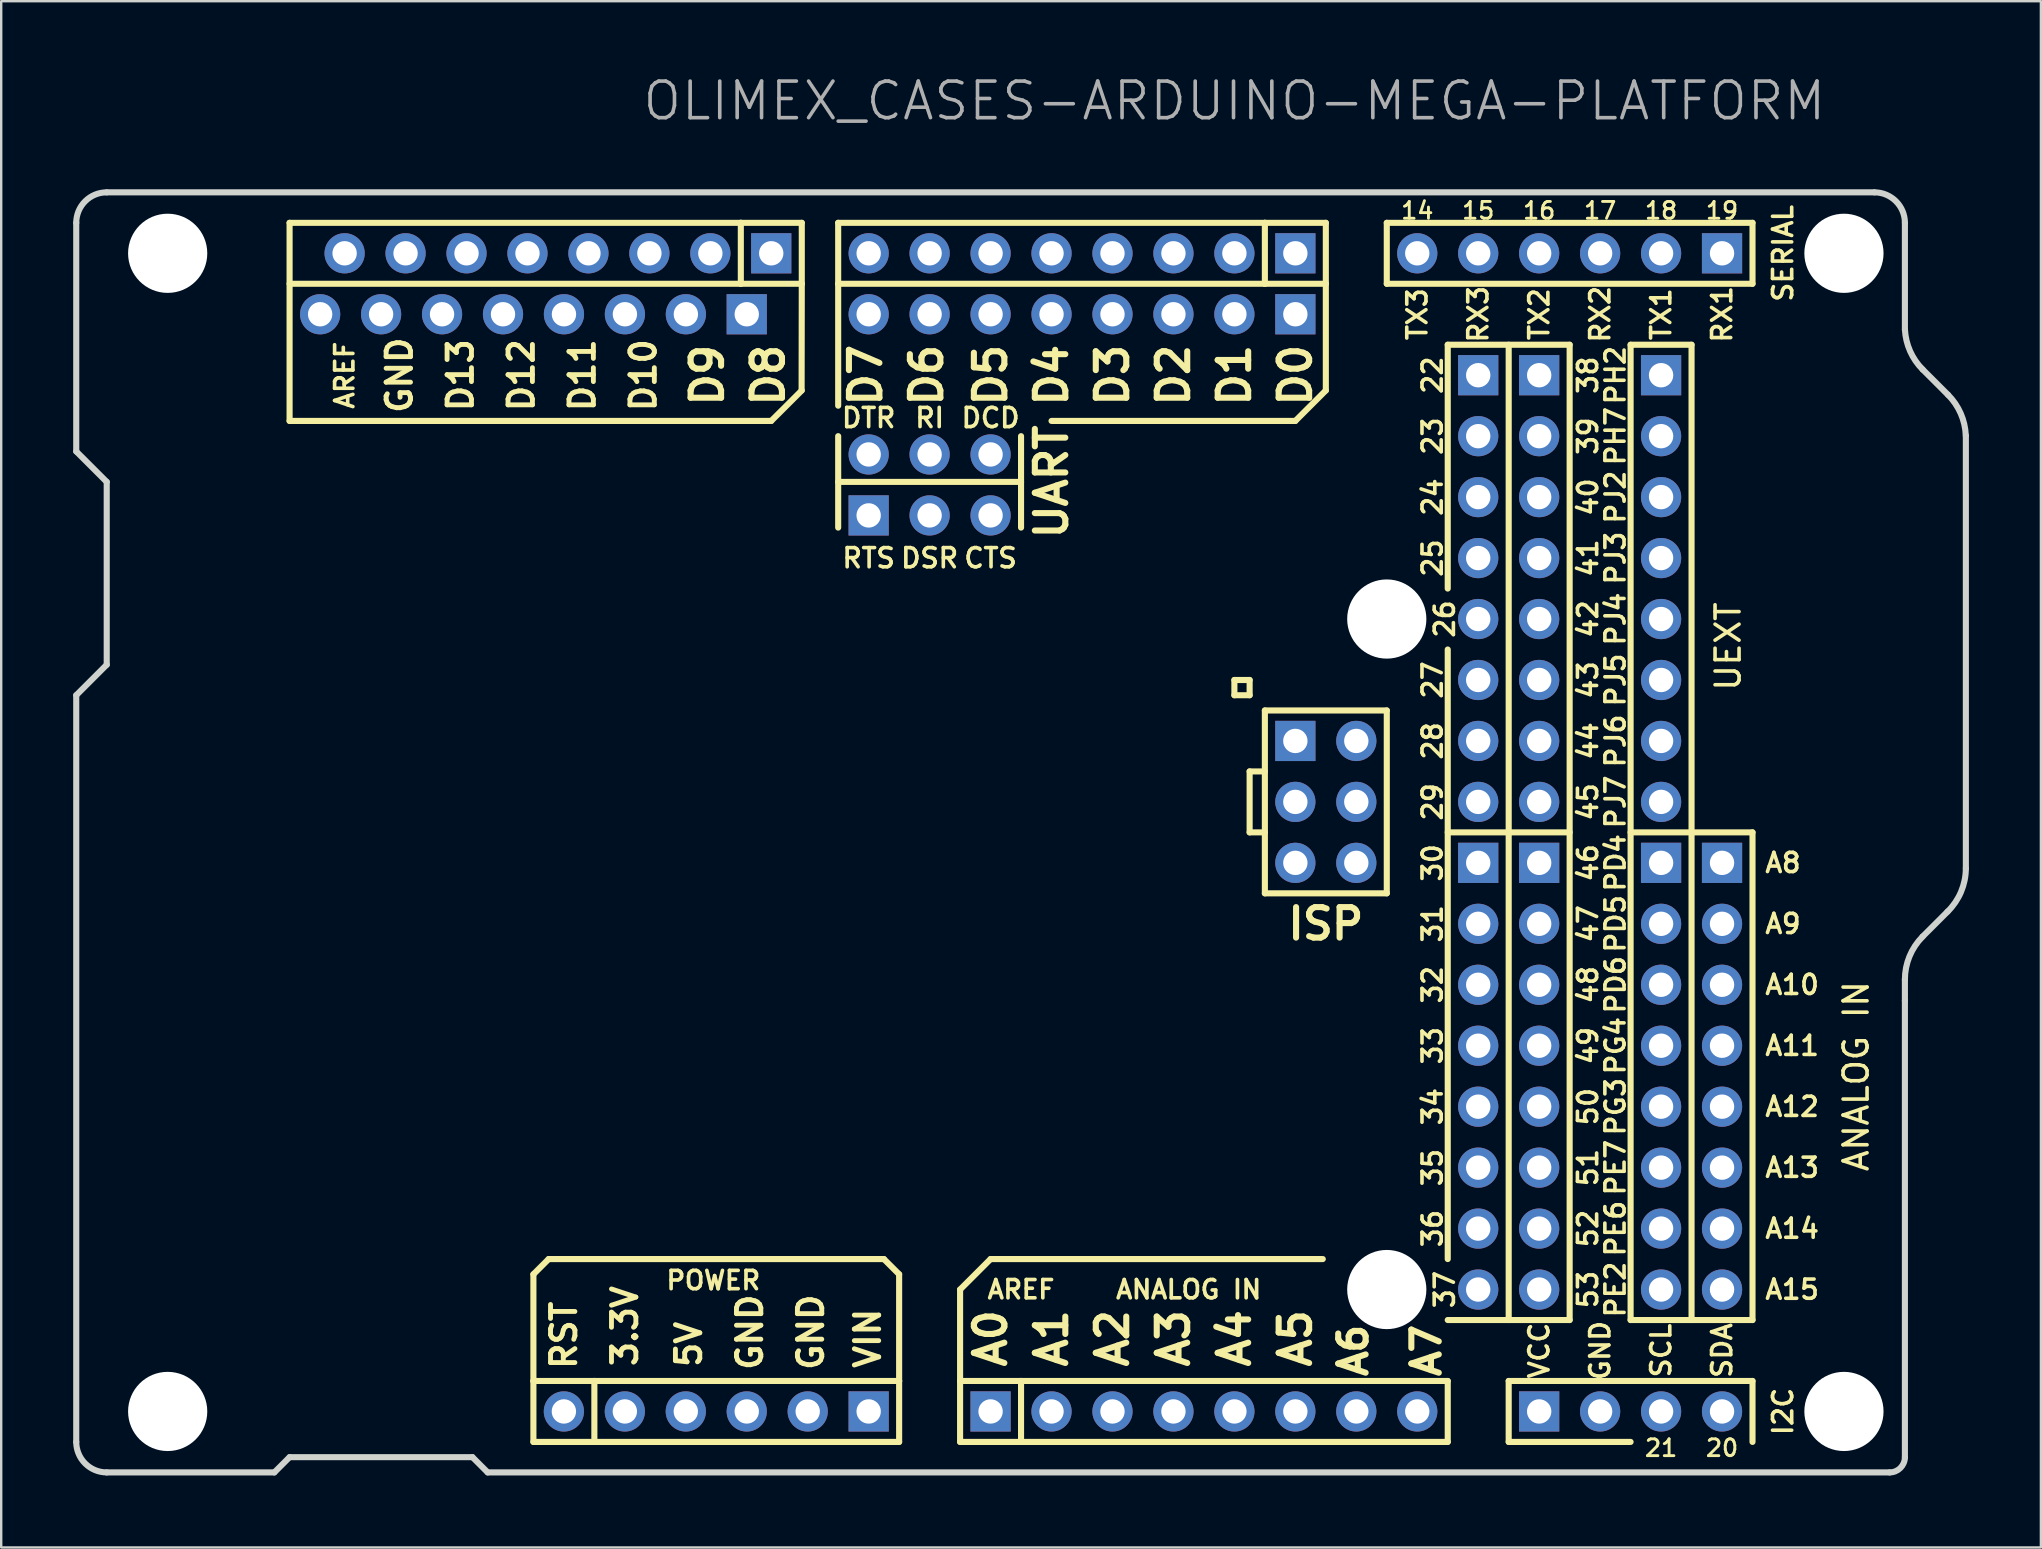
<source format=kicad_pcb>
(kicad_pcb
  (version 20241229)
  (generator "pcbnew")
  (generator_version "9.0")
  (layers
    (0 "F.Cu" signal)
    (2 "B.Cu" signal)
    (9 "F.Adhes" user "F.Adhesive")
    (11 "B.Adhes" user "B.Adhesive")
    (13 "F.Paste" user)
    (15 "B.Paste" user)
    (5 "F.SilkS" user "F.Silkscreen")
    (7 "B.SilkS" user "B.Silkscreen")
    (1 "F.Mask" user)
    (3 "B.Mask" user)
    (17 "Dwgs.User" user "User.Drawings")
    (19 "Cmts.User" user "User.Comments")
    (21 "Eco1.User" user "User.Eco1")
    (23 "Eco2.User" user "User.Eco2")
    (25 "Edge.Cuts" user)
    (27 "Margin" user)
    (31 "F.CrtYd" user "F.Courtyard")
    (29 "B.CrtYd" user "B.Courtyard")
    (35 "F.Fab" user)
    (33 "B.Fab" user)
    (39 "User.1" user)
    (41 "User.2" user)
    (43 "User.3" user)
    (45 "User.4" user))
  (footprint "OLIMEX_CASES-ARDUINO-MEGA-PLATFORM"
    (layer "F.Cu")
    (at 50.927 7.505)
    (property "Reference" "OLIMEX_CASES-ARDUINO-MEGA-PLATFORM" (at -2.54 -6.35 0) (layer "F.Fab") (effects (font (size 1.524 1.524) (thickness 0.15))))
    (attr exclude_from_pos_files exclude_from_bom)
    (fp_line (start -41.91 -1.27) (end -41.91 6.985) (stroke (width 0.254) (type solid)) (layer "F.SilkS"))
    (fp_line (start -41.91 -1.27) (end -23.107 -1.27) (stroke (width 0.254) (type solid)) (layer "F.SilkS"))
    (fp_line (start -31.75 42.545) (end -31.115 41.91) (stroke (width 0.254) (type solid)) (layer "F.SilkS"))
    (fp_line (start -31.75 46.99) (end -31.75 42.545) (stroke (width 0.254) (type solid)) (layer "F.SilkS"))
    (fp_line (start -31.75 46.99) (end -29.21 46.99) (stroke (width 0.254) (type solid)) (layer "F.SilkS"))
    (fp_line (start -31.75 49.53) (end -31.75 46.99) (stroke (width 0.254) (type solid)) (layer "F.SilkS"))
    (fp_line (start -31.115 41.91) (end -17.145 41.91) (stroke (width 0.254) (type solid)) (layer "F.SilkS"))
    (fp_line (start -29.21 46.99) (end -29.21 49.53) (stroke (width 0.254) (type solid)) (layer "F.SilkS"))
    (fp_line (start -29.21 46.99) (end -16.51 46.99) (stroke (width 0.254) (type solid)) (layer "F.SilkS"))
    (fp_line (start -29.21 49.53) (end -31.75 49.53) (stroke (width 0.254) (type solid)) (layer "F.SilkS"))
    (fp_line (start -23.107 -1.27) (end -20.567 -1.27) (stroke (width 0.254) (type solid)) (layer "F.SilkS"))
    (fp_line (start -23.107 1.27) (end -41.91 1.27) (stroke (width 0.254) (type solid)) (layer "F.SilkS"))
    (fp_line (start -23.107 1.27) (end -23.107 -1.27) (stroke (width 0.254) (type solid)) (layer "F.SilkS"))
    (fp_line (start -21.84 6.985) (end -41.91 6.985) (stroke (width 0.254) (type solid)) (layer "F.SilkS"))
    (fp_line (start -20.567 -1.27) (end -20.567 1.27) (stroke (width 0.254) (type solid)) (layer "F.SilkS"))
    (fp_line (start -20.567 1.27) (end -23.107 1.27) (stroke (width 0.254) (type solid)) (layer "F.SilkS"))
    (fp_line (start -20.567 1.27) (end -20.574 5.715) (stroke (width 0.254) (type solid)) (layer "F.SilkS"))
    (fp_line (start -20.567 5.715) (end -21.84 6.985) (stroke (width 0.254) (type solid)) (layer "F.SilkS"))
    (fp_line (start -19.05 -1.27) (end -1.27 -1.27) (stroke (width 0.254) (type solid)) (layer "F.SilkS"))
    (fp_line (start -19.05 1.27) (end -19.05 -1.27) (stroke (width 0.254) (type solid)) (layer "F.SilkS"))
    (fp_line (start -19.05 1.27) (end -19.05 6.35) (stroke (width 0.254) (type solid)) (layer "F.SilkS"))
    (fp_line (start -19.05 7.62) (end -19.05 11.43) (stroke (width 0.254) (type solid)) (layer "F.SilkS"))
    (fp_line (start -19.05 9.525) (end -11.43 9.525) (stroke (width 0.254) (type solid)) (layer "F.SilkS"))
    (fp_line (start -17.145 41.91) (end -16.51 42.545) (stroke (width 0.254) (type solid)) (layer "F.SilkS"))
    (fp_line (start -16.51 46.99) (end -16.51 42.545) (stroke (width 0.254) (type solid)) (layer "F.SilkS"))
    (fp_line (start -16.51 46.99) (end -16.51 49.53) (stroke (width 0.254) (type solid)) (layer "F.SilkS"))
    (fp_line (start -16.51 49.53) (end -29.21 49.53) (stroke (width 0.254) (type solid)) (layer "F.SilkS"))
    (fp_line (start -13.97 43.18) (end -12.7 41.91) (stroke (width 0.254) (type solid)) (layer "F.SilkS"))
    (fp_line (start -13.97 46.99) (end -13.97 43.18) (stroke (width 0.254) (type solid)) (layer "F.SilkS"))
    (fp_line (start -13.97 46.99) (end -11.43 46.99) (stroke (width 0.254) (type solid)) (layer "F.SilkS"))
    (fp_line (start -13.97 49.53) (end -13.97 46.99) (stroke (width 0.254) (type solid)) (layer "F.SilkS"))
    (fp_line (start -12.7 41.91) (end 1.143 41.91) (stroke (width 0.254) (type solid)) (layer "F.SilkS"))
    (fp_line (start -11.43 7.62) (end -11.43 11.43) (stroke (width 0.254) (type solid)) (layer "F.SilkS"))
    (fp_line (start -11.43 46.99) (end -11.43 49.53) (stroke (width 0.254) (type solid)) (layer "F.SilkS"))
    (fp_line (start -11.43 46.99) (end 6.35 46.99) (stroke (width 0.254) (type solid)) (layer "F.SilkS"))
    (fp_line (start -11.43 49.53) (end -13.97 49.53) (stroke (width 0.254) (type solid)) (layer "F.SilkS"))
    (fp_line (start -2.54 17.78) (end -1.905 17.78) (stroke (width 0.254) (type solid)) (layer "F.SilkS"))
    (fp_line (start -2.54 18.415) (end -2.54 17.78) (stroke (width 0.254) (type solid)) (layer "F.SilkS"))
    (fp_line (start -1.905 17.78) (end -1.905 18.415) (stroke (width 0.254) (type solid)) (layer "F.SilkS"))
    (fp_line (start -1.905 18.415) (end -2.54 18.415) (stroke (width 0.254) (type solid)) (layer "F.SilkS"))
    (fp_line (start -1.905 21.59) (end -1.905 24.13) (stroke (width 0.254) (type solid)) (layer "F.SilkS"))
    (fp_line (start -1.905 24.13) (end -1.27 24.13) (stroke (width 0.254) (type solid)) (layer "F.SilkS"))
    (fp_line (start -1.27 -1.27) (end 1.27 -1.27) (stroke (width 0.254) (type solid)) (layer "F.SilkS"))
    (fp_line (start -1.27 1.27) (end -19.05 1.27) (stroke (width 0.254) (type solid)) (layer "F.SilkS"))
    (fp_line (start -1.27 1.27) (end -1.27 -1.27) (stroke (width 0.254) (type solid)) (layer "F.SilkS"))
    (fp_line (start -1.27 19.05) (end 3.81 19.05) (stroke (width 0.254) (type solid)) (layer "F.SilkS"))
    (fp_line (start -1.27 21.59) (end -1.905 21.59) (stroke (width 0.254) (type solid)) (layer "F.SilkS"))
    (fp_line (start -1.27 26.67) (end -1.27 19.05) (stroke (width 0.254) (type solid)) (layer "F.SilkS"))
    (fp_line (start 0 6.985) (end -10.16 6.985) (stroke (width 0.254) (type solid)) (layer "F.SilkS"))
    (fp_line (start 1.27 -1.27) (end 1.27 1.27) (stroke (width 0.254) (type solid)) (layer "F.SilkS"))
    (fp_line (start 1.27 1.27) (end -1.27 1.27) (stroke (width 0.254) (type solid)) (layer "F.SilkS"))
    (fp_line (start 1.27 1.27) (end 1.27 5.715) (stroke (width 0.254) (type solid)) (layer "F.SilkS"))
    (fp_line (start 1.27 5.715) (end 0 6.985) (stroke (width 0.254) (type solid)) (layer "F.SilkS"))
    (fp_line (start 3.81 -1.27) (end 19.05 -1.27) (stroke (width 0.254) (type solid)) (layer "F.SilkS"))
    (fp_line (start 3.81 1.27) (end 3.81 -1.27) (stroke (width 0.254) (type solid)) (layer "F.SilkS"))
    (fp_line (start 3.81 19.05) (end 3.81 26.67) (stroke (width 0.254) (type solid)) (layer "F.SilkS"))
    (fp_line (start 3.81 26.67) (end -1.27 26.67) (stroke (width 0.254) (type solid)) (layer "F.SilkS"))
    (fp_line (start 6.35 3.81) (end 11.43 3.81) (stroke (width 0.254) (type solid)) (layer "F.SilkS"))
    (fp_line (start 6.35 13.97) (end 6.35 3.81) (stroke (width 0.254) (type solid)) (layer "F.SilkS"))
    (fp_line (start 6.35 24.13) (end 11.43 24.13) (stroke (width 0.254) (type solid)) (layer "F.SilkS"))
    (fp_line (start 6.35 41.91) (end 6.35 16.51) (stroke (width 0.254) (type solid)) (layer "F.SilkS"))
    (fp_line (start 6.35 46.99) (end 6.35 49.53) (stroke (width 0.254) (type solid)) (layer "F.SilkS"))
    (fp_line (start 6.35 49.53) (end -11.43 49.53) (stroke (width 0.254) (type solid)) (layer "F.SilkS"))
    (fp_line (start 8.89 3.81) (end 8.89 44.45) (stroke (width 0.254) (type solid)) (layer "F.SilkS"))
    (fp_line (start 8.89 46.99) (end 19.05 46.99) (stroke (width 0.254) (type solid)) (layer "F.SilkS"))
    (fp_line (start 8.89 49.53) (end 8.89 46.99) (stroke (width 0.254) (type solid)) (layer "F.SilkS"))
    (fp_line (start 11.43 3.81) (end 11.43 44.45) (stroke (width 0.254) (type solid)) (layer "F.SilkS"))
    (fp_line (start 11.43 44.45) (end 6.35 44.45) (stroke (width 0.254) (type solid)) (layer "F.SilkS"))
    (fp_line (start 13.97 3.81) (end 13.97 44.45) (stroke (width 0.254) (type solid)) (layer "F.SilkS"))
    (fp_line (start 13.97 3.81) (end 16.51 3.81) (stroke (width 0.254) (type solid)) (layer "F.SilkS"))
    (fp_line (start 13.97 44.45) (end 19.05 44.45) (stroke (width 0.254) (type solid)) (layer "F.SilkS"))
    (fp_line (start 13.97 49.53) (end 8.89 49.53) (stroke (width 0.254) (type solid)) (layer "F.SilkS"))
    (fp_line (start 16.51 3.81) (end 16.51 44.45) (stroke (width 0.254) (type solid)) (layer "F.SilkS"))
    (fp_line (start 19.05 -1.27) (end 19.05 1.27) (stroke (width 0.254) (type solid)) (layer "F.SilkS"))
    (fp_line (start 19.05 1.27) (end 3.81 1.27) (stroke (width 0.254) (type solid)) (layer "F.SilkS"))
    (fp_line (start 19.05 24.13) (end 13.97 24.13) (stroke (width 0.254) (type solid)) (layer "F.SilkS"))
    (fp_line (start 19.05 44.45) (end 19.05 24.13) (stroke (width 0.254) (type solid)) (layer "F.SilkS"))
    (fp_line (start 19.05 46.99) (end 19.05 49.53) (stroke (width 0.254) (type solid)) (layer "F.SilkS"))
    (fp_line (start -50.8 8.255) (end -50.8 -1.27) (stroke (width 0.254) (type solid)) (layer "Edge.Cuts"))
    (fp_line (start -50.8 18.415) (end -49.53 17.145) (stroke (width 0.254) (type solid)) (layer "Edge.Cuts"))
    (fp_line (start -50.8 49.53) (end -50.8 18.415) (stroke (width 0.254) (type solid)) (layer "Edge.Cuts"))
    (fp_line (start -49.53 -2.54) (end 24.13 -2.54) (stroke (width 0.254) (type solid)) (layer "Edge.Cuts"))
    (fp_line (start -49.53 9.525) (end -50.8 8.255) (stroke (width 0.254) (type solid)) (layer "Edge.Cuts"))
    (fp_line (start -49.53 17.145) (end -49.53 9.525) (stroke (width 0.254) (type solid)) (layer "Edge.Cuts"))
    (fp_line (start -49.53 50.8) (end -42.545 50.8) (stroke (width 0.254) (type solid)) (layer "Edge.Cuts"))
    (fp_line (start -42.545 50.8) (end -41.91 50.165) (stroke (width 0.254) (type solid)) (layer "Edge.Cuts"))
    (fp_line (start -41.91 50.165) (end -34.29 50.165) (stroke (width 0.254) (type solid)) (layer "Edge.Cuts"))
    (fp_line (start -34.29 50.165) (end -33.655 50.8) (stroke (width 0.254) (type solid)) (layer "Edge.Cuts"))
    (fp_line (start 24.765 50.8) (end -33.655 50.8) (stroke (width 0.254) (type solid)) (layer "Edge.Cuts"))
    (fp_line (start 25.4 -1.27) (end 25.4 3.175) (stroke (width 0.254) (type solid)) (layer "Edge.Cuts"))
    (fp_line (start 25.4 30.264) (end 25.4 31.14) (stroke (width 0.254) (type solid)) (layer "Edge.Cuts"))
    (fp_line (start 25.4 31.14) (end 25.4 50.165) (stroke (width 0.254) (type solid)) (layer "Edge.Cuts"))
    (fp_line (start 26.141 4.842) (end 27.195 5.896) (stroke (width 0.254) (type solid)) (layer "Edge.Cuts"))
    (fp_line (start 27.178 27.432) (end 26.137 28.473) (stroke (width 0.254) (type solid)) (layer "Edge.Cuts"))
    (fp_line (start 27.94 7.595) (end 27.94 25.629) (stroke (width 0.254) (type solid)) (layer "Edge.Cuts"))
    (fp_arc (start -50.8 -1.27) (mid -50.428026 -2.168026) (end -49.53 -2.54) (stroke (width 0.254) (type solid)) (layer "Edge.Cuts"))
    (fp_arc (start -49.53 50.8) (mid -50.428026 50.428026) (end -50.8 49.53) (stroke (width 0.254) (type solid)) (layer "Edge.Cuts"))
    (fp_arc (start 24.13 -2.54) (mid 25.028026 -2.168026) (end 25.4 -1.27) (stroke (width 0.254) (type solid)) (layer "Edge.Cuts"))
    (fp_arc (start 25.4 30.2641) (mid 25.591608 29.296291) (end 26.137523 28.474498) (stroke (width 0.254) (type solid)) (layer "Edge.Cuts"))
    (fp_arc (start 25.4 50.165) (mid 25.214013 50.614013) (end 24.765 50.8) (stroke (width 0.254) (type solid)) (layer "Edge.Cuts"))
    (fp_arc (start 26.141293 4.841888) (mid 25.6167 4.077056) (end 25.401467 3.174925) (stroke (width 0.254) (type solid)) (layer "Edge.Cuts"))
    (fp_arc (start 27.195393 5.895988) (mid 27.726908 6.675229) (end 27.937374 7.594701) (stroke (width 0.254) (type solid)) (layer "Edge.Cuts"))
    (fp_arc (start 27.94 25.6286) (mid 27.73986 26.60675) (end 27.178196 27.4322) (stroke (width 0.254) (type solid)) (layer "Edge.Cuts"))
    (fp_text user "AREF" (at -11.43 43.18 0) (layer "F.SilkS") (effects (font (size 0.762 0.762) (thickness 0.152))))
    (fp_text user "I2C" (at 20.32 48.26 90) (layer "F.SilkS") (effects (font (size 0.8 0.8) (thickness 0.15))))
    (fp_text user "25" (at 5.715 12.7 90) (layer "F.SilkS") (effects (font (size 0.8 0.8) (thickness 0.15))))
    (fp_text user "D12" (at -32.251 5.08 270) (layer "F.SilkS") (effects (font (size 1.016 1.016) (thickness 0.203))))
    (fp_text user "D10" (at -27.171 5.08 270) (layer "F.SilkS") (effects (font (size 1.016 1.016) (thickness 0.203))))
    (fp_text user "A10" (at 20.701 30.48 0) (layer "F.SilkS") (effects (font (size 0.8 0.8) (thickness 0.15))))
    (fp_text user "44" (at 12.192 20.32 90) (layer "F.SilkS") (effects (font (size 0.8 0.8) (thickness 0.15))))
    (fp_text user "40" (at 12.192 10.16 90) (layer "F.SilkS") (effects (font (size 0.8 0.8) (thickness 0.15))))
    (fp_text user "D13" (at -34.791 5.08 270) (layer "F.SilkS") (effects (font (size 1.016 1.016) (thickness 0.203))))
    (fp_text user "42" (at 12.192 15.24 90) (layer "F.SilkS") (effects (font (size 0.8 0.8) (thickness 0.15))))
    (fp_text user "D5" (at -12.7 5.08 270) (layer "F.SilkS") (effects (font (size 1.27 1.27) (thickness 0.254))))
    (fp_text user "52" (at 12.192 40.64 90) (layer "F.SilkS") (effects (font (size 0.8 0.8) (thickness 0.15))))
    (fp_text user "CTS" (at -12.7 12.7 0) (layer "F.SilkS") (effects (font (size 0.8 0.8) (thickness 0.15))))
    (fp_text user "UEXT" (at 18.034 16.383 90) (layer "F.SilkS") (effects (font (size 1 1) (thickness 0.15))))
    (fp_text user "D9" (at -24.504 5.08 270) (layer "F.SilkS") (effects (font (size 1.27 1.27) (thickness 0.254))))
    (fp_text user "26" (at 6.223 15.24 90) (layer "F.SilkS") (effects (font (size 0.8 0.8) (thickness 0.15))))
    (fp_text user "PJ7" (at 13.335 22.86 90) (layer "F.SilkS") (effects (font (size 0.8 0.8) (thickness 0.15))))
    (fp_text user "D3" (at -7.62 5.08 270) (layer "F.SilkS") (effects (font (size 1.27 1.27) (thickness 0.254))))
    (fp_text user "50" (at 12.192 35.56 90) (layer "F.SilkS") (effects (font (size 0.8 0.8) (thickness 0.15))))
    (fp_text user "53" (at 12.192 43.18 90) (layer "F.SilkS") (effects (font (size 0.8 0.8) (thickness 0.15))))
    (fp_text user "RI" (at -15.24 6.858 0) (layer "F.SilkS") (effects (font (size 0.8 0.8) (thickness 0.15))))
    (fp_text user "VIN" (at -17.821 45.212 90) (layer "F.SilkS") (effects (font (size 1.016 1.016) (thickness 0.203))))
    (fp_text user "PE7" (at 13.335 38.1 90) (layer "F.SilkS") (effects (font (size 0.8 0.8) (thickness 0.15))))
    (fp_text user "21" (at 15.24 49.784 0) (layer "F.SilkS") (effects (font (size 0.7 0.7) (thickness 0.12))))
    (fp_text user "30" (at 5.715 25.4 90) (layer "F.SilkS") (effects (font (size 0.8 0.8) (thickness 0.15))))
    (fp_text user "36" (at 5.715 40.64 90) (layer "F.SilkS") (effects (font (size 0.8 0.8) (thickness 0.15))))
    (fp_text user "A2" (at -7.62 45.212 90) (layer "F.SilkS") (effects (font (size 1.27 1.27) (thickness 0.254))))
    (fp_text user "PD5" (at 13.335 27.94 90) (layer "F.SilkS") (effects (font (size 0.8 0.8) (thickness 0.15))))
    (fp_text user "29" (at 5.715 22.86 90) (layer "F.SilkS") (effects (font (size 0.8 0.8) (thickness 0.15))))
    (fp_text user "GND" (at -20.193 44.958 90) (layer "F.SilkS") (effects (font (size 1.016 1.016) (thickness 0.203))))
    (fp_text user "D2" (at -5.08 5.08 270) (layer "F.SilkS") (effects (font (size 1.27 1.27) (thickness 0.254))))
    (fp_text user "RX3" (at 7.62 2.54 90) (layer "F.SilkS") (effects (font (size 0.8 0.8) (thickness 0.15))))
    (fp_text user "D1" (at -2.54 5.08 270) (layer "F.SilkS") (effects (font (size 1.27 1.27) (thickness 0.254))))
    (fp_text user "D6" (at -15.367 5.08 270) (layer "F.SilkS") (effects (font (size 1.27 1.27) (thickness 0.254))))
    (fp_text user "24" (at 5.715 10.16 90) (layer "F.SilkS") (effects (font (size 0.8 0.8) (thickness 0.15))))
    (fp_text user "RX2" (at 12.7 2.54 90) (layer "F.SilkS") (effects (font (size 0.8 0.8) (thickness 0.15))))
    (fp_text user "PD4" (at 13.335 25.4 90) (layer "F.SilkS") (effects (font (size 0.8 0.8) (thickness 0.15))))
    (fp_text user "A3" (at -5.08 45.212 90) (layer "F.SilkS") (effects (font (size 1.27 1.27) (thickness 0.254))))
    (fp_text user "48" (at 12.192 30.48 90) (layer "F.SilkS") (effects (font (size 0.8 0.8) (thickness 0.15))))
    (fp_text user "A13" (at 20.701 38.1 0) (layer "F.SilkS") (effects (font (size 0.8 0.8) (thickness 0.15))))
    (fp_text user "A0" (at -12.7 45.212 90) (layer "F.SilkS") (effects (font (size 1.27 1.27) (thickness 0.254))))
    (fp_text user "PE6" (at 13.335 40.64 90) (layer "F.SilkS") (effects (font (size 0.8 0.8) (thickness 0.15))))
    (fp_text user "PJ3" (at 13.335 12.7 90) (layer "F.SilkS") (effects (font (size 0.8 0.8) (thickness 0.15))))
    (fp_text user "14" (at 5.08 -1.778 0) (layer "F.SilkS") (effects (font (size 0.7 0.7) (thickness 0.12))))
    (fp_text user "19" (at 17.78 -1.778 0) (layer "F.SilkS") (effects (font (size 0.7 0.7) (thickness 0.12))))
    (fp_text user "PG4" (at 13.335 33.02 90) (layer "F.SilkS") (effects (font (size 0.8 0.8) (thickness 0.15))))
    (fp_text user "46" (at 12.192 25.4 90) (layer "F.SilkS") (effects (font (size 0.8 0.8) (thickness 0.15))))
    (fp_text user "17" (at 12.7 -1.778 0) (layer "F.SilkS") (effects (font (size 0.7 0.7) (thickness 0.12))))
    (fp_text user "PH2" (at 13.335 5.08 90) (layer "F.SilkS") (effects (font (size 0.8 0.8) (thickness 0.15))))
    (fp_text user "PG3" (at 13.335 35.56 90) (layer "F.SilkS") (effects (font (size 0.8 0.8) (thickness 0.15))))
    (fp_text user "GND" (at -22.733 44.958 90) (layer "F.SilkS") (effects (font (size 1.016 1.016) (thickness 0.203))))
    (fp_text user "33" (at 5.715 33.02 90) (layer "F.SilkS") (effects (font (size 0.8 0.8) (thickness 0.15))))
    (fp_text user "A4" (at -2.54 45.212 90) (layer "F.SilkS") (effects (font (size 1.27 1.27) (thickness 0.254))))
    (fp_text user "22" (at 5.715 5.08 90) (layer "F.SilkS") (effects (font (size 0.8 0.8) (thickness 0.15))))
    (fp_text user "PJ6" (at 13.335 20.32 90) (layer "F.SilkS") (effects (font (size 0.8 0.8) (thickness 0.15))))
    (fp_text user "A5" (at 0 45.212 90) (layer "F.SilkS") (effects (font (size 1.27 1.27) (thickness 0.254))))
    (fp_text user "PJ4" (at 13.335 15.24 90) (layer "F.SilkS") (effects (font (size 0.8 0.8) (thickness 0.15))))
    (fp_text user "49" (at 12.192 33.02 90) (layer "F.SilkS") (effects (font (size 0.8 0.8) (thickness 0.15))))
    (fp_text user "PD6" (at 13.335 30.48 90) (layer "F.SilkS") (effects (font (size 0.8 0.8) (thickness 0.15))))
    (fp_text user "18" (at 15.24 -1.778 0) (layer "F.SilkS") (effects (font (size 0.7 0.7) (thickness 0.12))))
    (fp_text user "A1" (at -10.16 45.212 90) (layer "F.SilkS") (effects (font (size 1.27 1.27) (thickness 0.254))))
    (fp_text user "ANALOG IN" (at 23.368 34.29 90) (layer "F.SilkS") (effects (font (size 1 1) (thickness 0.15))))
    (fp_text user "GND" (at -37.331 5.08 270) (layer "F.SilkS") (effects (font (size 1.016 1.016) (thickness 0.203))))
    (fp_text user "D0" (at 0 5.08 270) (layer "F.SilkS") (effects (font (size 1.27 1.27) (thickness 0.254))))
    (fp_text user "RTS" (at -17.78 12.7 0) (layer "F.SilkS") (effects (font (size 0.8 0.8) (thickness 0.15))))
    (fp_text user "20" (at 17.78 49.784 0) (layer "F.SilkS") (effects (font (size 0.7 0.7) (thickness 0.12))))
    (fp_text user "RX1" (at 17.78 2.54 90) (layer "F.SilkS") (effects (font (size 0.8 0.8) (thickness 0.15))))
    (fp_text user "TX1" (at 15.24 2.54 90) (layer "F.SilkS") (effects (font (size 0.8 0.8) (thickness 0.15))))
    (fp_text user "D4" (at -10.16 5.08 270) (layer "F.SilkS") (effects (font (size 1.27 1.27) (thickness 0.254))))
    (fp_text user "TX3" (at 5.08 2.54 90) (layer "F.SilkS") (effects (font (size 0.8 0.8) (thickness 0.15))))
    (fp_text user "28" (at 5.715 20.32 90) (layer "F.SilkS") (effects (font (size 0.8 0.8) (thickness 0.15))))
    (fp_text user "23" (at 5.715 7.62 90) (layer "F.SilkS") (effects (font (size 0.8 0.8) (thickness 0.15))))
    (fp_text user "16" (at 10.16 -1.778 0) (layer "F.SilkS") (effects (font (size 0.7 0.7) (thickness 0.12))))
    (fp_text user "35" (at 5.715 38.1 90) (layer "F.SilkS") (effects (font (size 0.8 0.8) (thickness 0.15))))
    (fp_text user "ISP" (at 1.27 27.94 0) (layer "F.SilkS") (effects (font (size 1.27 1.27) (thickness 0.254))))
    (fp_text user "RST" (at -30.48 45.085 90) (layer "F.SilkS") (effects (font (size 1.016 1.016) (thickness 0.203))))
    (fp_text user "41" (at 12.192 12.7 90) (layer "F.SilkS") (effects (font (size 0.8 0.8) (thickness 0.15))))
    (fp_text user "31" (at 5.715 27.94 90) (layer "F.SilkS") (effects (font (size 0.8 0.8) (thickness 0.15))))
    (fp_text user "GND" (at 12.7 45.72 90) (layer "F.SilkS") (effects (font (size 0.8 0.8) (thickness 0.15))))
    (fp_text user "A9" (at 20.32 27.94 0) (layer "F.SilkS") (effects (font (size 0.8 0.8) (thickness 0.15))))
    (fp_text user "39" (at 12.192 7.62 90) (layer "F.SilkS") (effects (font (size 0.8 0.8) (thickness 0.15))))
    (fp_text user "A14" (at 20.701 40.64 0) (layer "F.SilkS") (effects (font (size 0.8 0.8) (thickness 0.15))))
    (fp_text user "UART" (at -10.16 9.525 90) (layer "F.SilkS") (effects (font (size 1.27 1.27) (thickness 0.254))))
    (fp_text user "47" (at 12.192 27.94 90) (layer "F.SilkS") (effects (font (size 0.8 0.8) (thickness 0.15))))
    (fp_text user "51" (at 12.192 38.1 90) (layer "F.SilkS") (effects (font (size 0.8 0.8) (thickness 0.15))))
    (fp_text user "5V" (at -25.276 45.466 90) (layer "F.SilkS") (effects (font (size 1.016 1.016) (thickness 0.203))))
    (fp_text user "A12" (at 20.701 35.56 0) (layer "F.SilkS") (effects (font (size 0.8 0.8) (thickness 0.15))))
    (fp_text user "A8" (at 20.32 25.4 0) (layer "F.SilkS") (effects (font (size 0.8 0.8) (thickness 0.15))))
    (fp_text user "3.3V" (at -27.94 44.704 90) (layer "F.SilkS") (effects (font (size 1.016 1.016) (thickness 0.203))))
    (fp_text user "DTR" (at -17.78 6.858 0) (layer "F.SilkS") (effects (font (size 0.8 0.8) (thickness 0.15))))
    (fp_text user "43" (at 12.192 17.78 90) (layer "F.SilkS") (effects (font (size 0.8 0.8) (thickness 0.15))))
    (fp_text user "DCD" (at -12.7 6.858 0) (layer "F.SilkS") (effects (font (size 0.8 0.8) (thickness 0.15))))
    (fp_text user "A11" (at 20.701 33.02 0) (layer "F.SilkS") (effects (font (size 0.8 0.8) (thickness 0.15))))
    (fp_text user "AREF" (at -39.617 5.08 270) (layer "F.SilkS") (effects (font (size 0.762 0.762) (thickness 0.152))))
    (fp_text user "SCL" (at 15.24 45.72 90) (layer "F.SilkS") (effects (font (size 0.8 0.8) (thickness 0.15))))
    (fp_text user "ANALOG IN" (at -4.445 43.18 0) (layer "F.SilkS") (effects (font (size 0.762 0.762) (thickness 0.152))))
    (fp_text user "PJ2" (at 13.335 10.16 90) (layer "F.SilkS") (effects (font (size 0.8 0.8) (thickness 0.15))))
    (fp_text user "45" (at 12.192 22.86 90) (layer "F.SilkS") (effects (font (size 0.8 0.8) (thickness 0.15))))
    (fp_text user "27" (at 5.715 17.78 90) (layer "F.SilkS") (effects (font (size 0.8 0.8) (thickness 0.15))))
    (fp_text user "DSR" (at -15.24 12.7 0) (layer "F.SilkS") (effects (font (size 0.8 0.8) (thickness 0.15))))
    (fp_text user "32" (at 5.715 30.48 90) (layer "F.SilkS") (effects (font (size 0.8 0.8) (thickness 0.15))))
    (fp_text user "PJ5" (at 13.335 17.78 90) (layer "F.SilkS") (effects (font (size 0.8 0.8) (thickness 0.15))))
    (fp_text user "VCC" (at 10.16 45.72 90) (layer "F.SilkS") (effects (font (size 0.8 0.8) (thickness 0.15))))
    (fp_text user "A15" (at 20.701 43.18 0) (layer "F.SilkS") (effects (font (size 0.8 0.8) (thickness 0.15))))
    (fp_text user "SDA" (at 17.78 45.72 90) (layer "F.SilkS") (effects (font (size 0.8 0.8) (thickness 0.15))))
    (fp_text user "D8" (at -21.967 5.08 270) (layer "F.SilkS") (effects (font (size 1.27 1.27) (thickness 0.254))))
    (fp_text user "34" (at 5.715 35.56 90) (layer "F.SilkS") (effects (font (size 0.8 0.8) (thickness 0.15))))
    (fp_text user "PH7" (at 13.335 7.62 90) (layer "F.SilkS") (effects (font (size 0.8 0.8) (thickness 0.15))))
    (fp_text user "A7" (at 5.461 45.72 90) (layer "F.SilkS") (effects (font (size 1.143 1.143) (thickness 0.254))))
    (fp_text user "38" (at 12.192 5.08 90) (layer "F.SilkS") (effects (font (size 0.8 0.8) (thickness 0.15))))
    (fp_text user "POWER" (at -24.252 42.799 180) (layer "F.SilkS") (effects (font (size 0.762 0.762) (thickness 0.152))))
    (fp_text user "A6" (at 2.413 45.72 90) (layer "F.SilkS") (effects (font (size 1.143 1.143) (thickness 0.254))))
    (fp_text user "TX2" (at 10.16 2.54 90) (layer "F.SilkS") (effects (font (size 0.8 0.8) (thickness 0.15))))
    (fp_text user "D11" (at -29.711 5.08 270) (layer "F.SilkS") (effects (font (size 1.016 1.016) (thickness 0.203))))
    (fp_text user "SERIAL" (at 20.32 0 90) (layer "F.SilkS") (effects (font (size 0.8 0.8) (thickness 0.15))))
    (fp_text user "D7" (at -17.907 5.08 270) (layer "F.SilkS") (effects (font (size 1.27 1.27) (thickness 0.254))))
    (fp_text user "PE2" (at 13.335 43.18 90) (layer "F.SilkS") (effects (font (size 0.8 0.8) (thickness 0.15))))
    (fp_text user "15" (at 7.62 -1.778 0) (layer "F.SilkS") (effects (font (size 0.7 0.7) (thickness 0.12))))
    (fp_text user "37" (at 6.223 43.18 90) (layer "F.SilkS") (effects (font (size 0.8 0.8) (thickness 0.15))))
    (pad "" np_thru_hole circle (at -46.99 0) (size 3.3 3.3) (drill 3.3) (layers "*.Cu" "*.Mask"))
    (pad "" np_thru_hole circle (at -46.99 48.26) (size 3.3 3.3) (drill 3.3) (layers "*.Cu" "*.Mask"))
    (pad "" np_thru_hole circle (at 3.81 15.24) (size 3.3 3.3) (drill 3.3) (layers "*.Cu" "*.Mask"))
    (pad "" np_thru_hole circle (at 3.81 43.18) (size 3.3 3.3) (drill 3.3) (layers "*.Cu" "*.Mask"))
    (pad "" np_thru_hole circle (at 22.86 0) (size 3.3 3.3) (drill 3.3) (layers "*.Cu" "*.Mask"))
    (pad "" np_thru_hole circle (at 22.86 48.26) (size 3.3 3.3) (drill 3.3) (layers "*.Cu" "*.Mask"))
    (pad "3V3" thru_hole circle (at -27.94 48.26) (size 1.676 1.676) (drill 1.016) (layers "*.Cu" "*.Mask"))
    (pad "5V" thru_hole circle (at -25.4 48.26) (size 1.676 1.676) (drill 1.016) (layers "*.Cu" "*.Mask"))
    (pad "A0" thru_hole rect (at -12.7 48.26) (size 1.676 1.676) (drill 1.016) (layers "*.Cu" "*.Mask"))
    (pad "A1" thru_hole circle (at -10.16 48.26) (size 1.676 1.676) (drill 1.016) (layers "*.Cu" "*.Mask"))
    (pad "A2" thru_hole circle (at -7.62 48.26) (size 1.676 1.676) (drill 1.016) (layers "*.Cu" "*.Mask"))
    (pad "A3" thru_hole circle (at -5.08 48.26) (size 1.676 1.676) (drill 1.016) (layers "*.Cu" "*.Mask"))
    (pad "A4" thru_hole circle (at -2.54 48.26) (size 1.676 1.676) (drill 1.016) (layers "*.Cu" "*.Mask"))
    (pad "A5" thru_hole circle (at 0 48.26) (size 1.676 1.676) (drill 1.016) (layers "*.Cu" "*.Mask"))
    (pad "A6" thru_hole circle (at 2.54 48.26) (size 1.676 1.676) (drill 1.016) (layers "*.Cu" "*.Mask"))
    (pad "A7" thru_hole circle (at 5.08 48.26) (size 1.676 1.676) (drill 1.016) (layers "*.Cu" "*.Mask"))
    (pad "A8" thru_hole rect (at 17.78 25.4 90) (size 1.676 1.676) (drill 1.016) (layers "*.Cu" "*.Mask"))
    (pad "A9" thru_hole circle (at 17.78 27.94 90) (size 1.676 1.676) (drill 1.016) (layers "*.Cu" "*.Mask"))
    (pad "A10" thru_hole circle (at 17.78 30.48 90) (size 1.676 1.676) (drill 1.016) (layers "*.Cu" "*.Mask"))
    (pad "A11" thru_hole circle (at 17.78 33.02 90) (size 1.676 1.676) (drill 1.016) (layers "*.Cu" "*.Mask"))
    (pad "A12" thru_hole circle (at 17.78 35.56 90) (size 1.676 1.676) (drill 1.016) (layers "*.Cu" "*.Mask"))
    (pad "A13" thru_hole circle (at 17.78 38.1 90) (size 1.676 1.676) (drill 1.016) (layers "*.Cu" "*.Mask"))
    (pad "A14" thru_hole circle (at 17.78 40.64 90) (size 1.676 1.676) (drill 1.016) (layers "*.Cu" "*.Mask"))
    (pad "A15" thru_hole circle (at 17.78 43.18 90) (size 1.676 1.676) (drill 1.016) (layers "*.Cu" "*.Mask"))
    (pad "AREF" thru_hole circle (at -40.637 2.54) (size 1.676 1.676) (drill 1.016) (layers "*.Cu" "*.Mask"))
    (pad "AREF" thru_hole circle (at -39.617 0) (size 1.676 1.676) (drill 1.016) (layers "*.Cu" "*.Mask"))
    (pad "CTS" thru_hole circle (at -12.7 10.922) (size 1.676 1.676) (drill 1.016) (layers "*.Cu" "*.Mask"))
    (pad "D0" thru_hole rect (at 0 0) (size 1.676 1.676) (drill 1.016) (layers "*.Cu" "*.Mask"))
    (pad "D0" thru_hole rect (at 0 2.54) (size 1.676 1.676) (drill 1.016) (layers "*.Cu" "*.Mask"))
    (pad "D1" thru_hole circle (at -2.54 0) (size 1.676 1.676) (drill 1.016) (layers "*.Cu" "*.Mask"))
    (pad "D1" thru_hole circle (at -2.54 2.54) (size 1.676 1.676) (drill 1.016) (layers "*.Cu" "*.Mask"))
    (pad "D2" thru_hole circle (at -5.08 0) (size 1.676 1.676) (drill 1.016) (layers "*.Cu" "*.Mask"))
    (pad "D2" thru_hole circle (at -5.08 2.54) (size 1.676 1.676) (drill 1.016) (layers "*.Cu" "*.Mask"))
    (pad "D3" thru_hole circle (at -7.62 0) (size 1.676 1.676) (drill 1.016) (layers "*.Cu" "*.Mask"))
    (pad "D3" thru_hole circle (at -7.62 2.54) (size 1.676 1.676) (drill 1.016) (layers "*.Cu" "*.Mask"))
    (pad "D4" thru_hole circle (at -10.16 0) (size 1.676 1.676) (drill 1.016) (layers "*.Cu" "*.Mask"))
    (pad "D4" thru_hole circle (at -10.16 2.54) (size 1.676 1.676) (drill 1.016) (layers "*.Cu" "*.Mask"))
    (pad "D5" thru_hole circle (at -12.7 0) (size 1.676 1.676) (drill 1.016) (layers "*.Cu" "*.Mask"))
    (pad "D5" thru_hole circle (at -12.7 2.54) (size 1.676 1.676) (drill 1.016) (layers "*.Cu" "*.Mask"))
    (pad "D6" thru_hole circle (at -15.24 0) (size 1.676 1.676) (drill 1.016) (layers "*.Cu" "*.Mask"))
    (pad "D6" thru_hole circle (at -15.24 2.54) (size 1.676 1.676) (drill 1.016) (layers "*.Cu" "*.Mask"))
    (pad "D7" thru_hole circle (at -17.78 0) (size 1.676 1.676) (drill 1.016) (layers "*.Cu" "*.Mask"))
    (pad "D7" thru_hole circle (at -17.78 2.54) (size 1.676 1.676) (drill 1.016) (layers "*.Cu" "*.Mask"))
    (pad "D8" thru_hole rect (at -22.86 2.54) (size 1.676 1.676) (drill 1.016) (layers "*.Cu" "*.Mask"))
    (pad "D8" thru_hole rect (at -21.84 0) (size 1.676 1.676) (drill 1.016) (layers "*.Cu" "*.Mask"))
    (pad "D9" thru_hole circle (at -25.397 2.54) (size 1.676 1.676) (drill 1.016) (layers "*.Cu" "*.Mask"))
    (pad "D9" thru_hole circle (at -24.377 0) (size 1.676 1.676) (drill 1.016) (layers "*.Cu" "*.Mask"))
    (pad "D10" thru_hole circle (at -27.937 2.54) (size 1.676 1.676) (drill 1.016) (layers "*.Cu" "*.Mask"))
    (pad "D10" thru_hole circle (at -26.917 0) (size 1.676 1.676) (drill 1.016) (layers "*.Cu" "*.Mask"))
    (pad "D11" thru_hole circle (at -30.477 2.54) (size 1.676 1.676) (drill 1.016) (layers "*.Cu" "*.Mask"))
    (pad "D11" thru_hole circle (at -29.457 0) (size 1.676 1.676) (drill 1.016) (layers "*.Cu" "*.Mask"))
    (pad "D12" thru_hole circle (at -33.017 2.54) (size 1.676 1.676) (drill 1.016) (layers "*.Cu" "*.Mask"))
    (pad "D12" thru_hole circle (at -31.997 0) (size 1.676 1.676) (drill 1.016) (layers "*.Cu" "*.Mask"))
    (pad "D13" thru_hole circle (at -35.557 2.54) (size 1.676 1.676) (drill 1.016) (layers "*.Cu" "*.Mask"))
    (pad "D13" thru_hole circle (at -34.537 0) (size 1.676 1.676) (drill 1.016) (layers "*.Cu" "*.Mask"))
    (pad "D14" thru_hole circle (at 5.08 0) (size 1.676 1.676) (drill 1.016) (layers "*.Cu" "*.Mask"))
    (pad "D15" thru_hole circle (at 7.62 0) (size 1.676 1.676) (drill 1.016) (layers "*.Cu" "*.Mask"))
    (pad "D16" thru_hole circle (at 10.16 0) (size 1.676 1.676) (drill 1.016) (layers "*.Cu" "*.Mask"))
    (pad "D17" thru_hole circle (at 12.7 0) (size 1.676 1.676) (drill 1.016) (layers "*.Cu" "*.Mask"))
    (pad "D18" thru_hole circle (at 15.24 0) (size 1.676 1.676) (drill 1.016) (layers "*.Cu" "*.Mask"))
    (pad "D19" thru_hole rect (at 17.78 0) (size 1.676 1.676) (drill 1.016) (layers "*.Cu" "*.Mask"))
    (pad "D20" thru_hole circle (at 17.78 48.26) (size 1.676 1.676) (drill 1.016) (layers "*.Cu" "*.Mask"))
    (pad "D21" thru_hole circle (at 15.24 48.26) (size 1.676 1.676) (drill 1.016) (layers "*.Cu" "*.Mask"))
    (pad "D22" thru_hole rect (at 7.62 5.08 90) (size 1.676 1.676) (drill 1.016) (layers "*.Cu" "*.Mask"))
    (pad "D23" thru_hole circle (at 7.62 7.62 90) (size 1.676 1.676) (drill 1.016) (layers "*.Cu" "*.Mask"))
    (pad "D24" thru_hole circle (at 7.62 10.16 90) (size 1.676 1.676) (drill 1.016) (layers "*.Cu" "*.Mask"))
    (pad "D25" thru_hole circle (at 7.62 12.7 90) (size 1.676 1.676) (drill 1.016) (layers "*.Cu" "*.Mask"))
    (pad "D26" thru_hole circle (at 7.62 15.24 90) (size 1.676 1.676) (drill 1.016) (layers "*.Cu" "*.Mask"))
    (pad "D27" thru_hole circle (at 7.62 17.78 90) (size 1.676 1.676) (drill 1.016) (layers "*.Cu" "*.Mask"))
    (pad "D28" thru_hole circle (at 7.62 20.32 90) (size 1.676 1.676) (drill 1.016) (layers "*.Cu" "*.Mask"))
    (pad "D29" thru_hole circle (at 7.62 22.86 90) (size 1.676 1.676) (drill 1.016) (layers "*.Cu" "*.Mask"))
    (pad "D30" thru_hole rect (at 7.62 25.4 90) (size 1.676 1.676) (drill 1.016) (layers "*.Cu" "*.Mask"))
    (pad "D31" thru_hole circle (at 7.62 27.94 90) (size 1.676 1.676) (drill 1.016) (layers "*.Cu" "*.Mask"))
    (pad "D32" thru_hole circle (at 7.62 30.48 90) (size 1.676 1.676) (drill 1.016) (layers "*.Cu" "*.Mask"))
    (pad "D33" thru_hole circle (at 7.62 33.02 90) (size 1.676 1.676) (drill 1.016) (layers "*.Cu" "*.Mask"))
    (pad "D34" thru_hole circle (at 7.62 35.56 90) (size 1.676 1.676) (drill 1.016) (layers "*.Cu" "*.Mask"))
    (pad "D35" thru_hole circle (at 7.62 38.1 90) (size 1.676 1.676) (drill 1.016) (layers "*.Cu" "*.Mask"))
    (pad "D36" thru_hole circle (at 7.62 40.64 90) (size 1.676 1.676) (drill 1.016) (layers "*.Cu" "*.Mask"))
    (pad "D37" thru_hole circle (at 7.62 43.18 90) (size 1.676 1.676) (drill 1.016) (layers "*.Cu" "*.Mask"))
    (pad "D38" thru_hole rect (at 10.16 5.08 90) (size 1.676 1.676) (drill 1.016) (layers "*.Cu" "*.Mask"))
    (pad "D39" thru_hole circle (at 10.16 7.62 90) (size 1.676 1.676) (drill 1.016) (layers "*.Cu" "*.Mask"))
    (pad "D40" thru_hole circle (at 10.16 10.16 90) (size 1.676 1.676) (drill 1.016) (layers "*.Cu" "*.Mask"))
    (pad "D41" thru_hole circle (at 10.16 12.7 90) (size 1.676 1.676) (drill 1.016) (layers "*.Cu" "*.Mask"))
    (pad "D42" thru_hole circle (at 10.16 15.24 90) (size 1.676 1.676) (drill 1.016) (layers "*.Cu" "*.Mask"))
    (pad "D43" thru_hole circle (at 10.16 17.78 90) (size 1.676 1.676) (drill 1.016) (layers "*.Cu" "*.Mask"))
    (pad "D44" thru_hole circle (at 10.16 20.32 90) (size 1.676 1.676) (drill 1.016) (layers "*.Cu" "*.Mask"))
    (pad "D45" thru_hole circle (at 10.16 22.86 90) (size 1.676 1.676) (drill 1.016) (layers "*.Cu" "*.Mask"))
    (pad "D46" thru_hole rect (at 10.16 25.4 90) (size 1.676 1.676) (drill 1.016) (layers "*.Cu" "*.Mask"))
    (pad "D47" thru_hole circle (at 10.16 27.94 90) (size 1.676 1.676) (drill 1.016) (layers "*.Cu" "*.Mask"))
    (pad "D48" thru_hole circle (at 10.16 30.48 90) (size 1.676 1.676) (drill 1.016) (layers "*.Cu" "*.Mask"))
    (pad "D49" thru_hole circle (at 10.16 33.02 90) (size 1.676 1.676) (drill 1.016) (layers "*.Cu" "*.Mask"))
    (pad "D50" thru_hole rect (at 0 20.32 270) (size 1.676 1.676) (drill 1.016) (layers "*.Cu" "*.Mask"))
    (pad "D50" thru_hole circle (at 10.16 35.56 90) (size 1.676 1.676) (drill 1.016) (layers "*.Cu" "*.Mask"))
    (pad "D51" thru_hole circle (at 2.54 22.86 270) (size 1.676 1.676) (drill 1.016) (layers "*.Cu" "*.Mask"))
    (pad "D51" thru_hole circle (at 10.16 38.1 90) (size 1.676 1.676) (drill 1.016) (layers "*.Cu" "*.Mask"))
    (pad "D52" thru_hole circle (at 0 22.86 270) (size 1.676 1.676) (drill 1.016) (layers "*.Cu" "*.Mask"))
    (pad "D52" thru_hole circle (at 10.16 40.64 90) (size 1.676 1.676) (drill 1.016) (layers "*.Cu" "*.Mask"))
    (pad "D53" thru_hole circle (at 10.16 43.18 90) (size 1.676 1.676) (drill 1.016) (layers "*.Cu" "*.Mask"))
    (pad "DCD" thru_hole circle (at -12.7 8.382) (size 1.676 1.676) (drill 1.016) (layers "*.Cu" "*.Mask"))
    (pad "DSR" thru_hole circle (at -15.24 10.922) (size 1.676 1.676) (drill 1.016) (layers "*.Cu" "*.Mask"))
    (pad "DTR" thru_hole circle (at -17.78 8.382) (size 1.676 1.676) (drill 1.016) (layers "*.Cu" "*.Mask"))
    (pad "GND" thru_hole circle (at -38.097 2.54) (size 1.676 1.676) (drill 1.016) (layers "*.Cu" "*.Mask"))
    (pad "GND" thru_hole circle (at -37.077 0) (size 1.676 1.676) (drill 1.016) (layers "*.Cu" "*.Mask"))
    (pad "GND" thru_hole circle (at -22.86 48.26) (size 1.676 1.676) (drill 1.016) (layers "*.Cu" "*.Mask"))
    (pad "GND" thru_hole circle (at -20.32 48.26) (size 1.676 1.676) (drill 1.016) (layers "*.Cu" "*.Mask"))
    (pad "GND" thru_hole circle (at 2.54 25.4 270) (size 1.676 1.676) (drill 1.016) (layers "*.Cu" "*.Mask"))
    (pad "GND" thru_hole circle (at 12.7 48.26) (size 1.676 1.676) (drill 1.016) (layers "*.Cu" "*.Mask"))
    (pad "PD4" thru_hole rect (at 15.24 25.4 90) (size 1.676 1.676) (drill 1.016) (layers "*.Cu" "*.Mask"))
    (pad "PD5" thru_hole circle (at 15.24 27.94 90) (size 1.676 1.676) (drill 1.016) (layers "*.Cu" "*.Mask"))
    (pad "PD6" thru_hole circle (at 15.24 30.48 90) (size 1.676 1.676) (drill 1.016) (layers "*.Cu" "*.Mask"))
    (pad "PE2" thru_hole circle (at 15.24 43.18 90) (size 1.676 1.676) (drill 1.016) (layers "*.Cu" "*.Mask"))
    (pad "PE6" thru_hole circle (at 15.24 40.64 90) (size 1.676 1.676) (drill 1.016) (layers "*.Cu" "*.Mask"))
    (pad "PE7" thru_hole circle (at 15.24 38.1 90) (size 1.676 1.676) (drill 1.016) (layers "*.Cu" "*.Mask"))
    (pad "PG3" thru_hole circle (at 15.24 35.56 90) (size 1.676 1.676) (drill 1.016) (layers "*.Cu" "*.Mask"))
    (pad "PG4" thru_hole circle (at 15.24 33.02 90) (size 1.676 1.676) (drill 1.016) (layers "*.Cu" "*.Mask"))
    (pad "PH2" thru_hole rect (at 15.24 5.08 90) (size 1.676 1.676) (drill 1.016) (layers "*.Cu" "*.Mask"))
    (pad "PH7" thru_hole circle (at 15.24 7.62 90) (size 1.676 1.676) (drill 1.016) (layers "*.Cu" "*.Mask"))
    (pad "PJ2" thru_hole circle (at 15.24 10.16 90) (size 1.676 1.676) (drill 1.016) (layers "*.Cu" "*.Mask"))
    (pad "PJ3" thru_hole circle (at 15.24 12.7 90) (size 1.676 1.676) (drill 1.016) (layers "*.Cu" "*.Mask"))
    (pad "PJ4" thru_hole circle (at 15.24 15.24 90) (size 1.676 1.676) (drill 1.016) (layers "*.Cu" "*.Mask"))
    (pad "PJ5" thru_hole circle (at 15.24 17.78 90) (size 1.676 1.676) (drill 1.016) (layers "*.Cu" "*.Mask"))
    (pad "PJ6" thru_hole circle (at 15.24 20.32 90) (size 1.676 1.676) (drill 1.016) (layers "*.Cu" "*.Mask"))
    (pad "PJ7" thru_hole circle (at 15.24 22.86 90) (size 1.676 1.676) (drill 1.016) (layers "*.Cu" "*.Mask"))
    (pad "RI" thru_hole circle (at -15.24 8.382) (size 1.676 1.676) (drill 1.016) (layers "*.Cu" "*.Mask"))
    (pad "RST" thru_hole circle (at -30.48 48.26) (size 1.676 1.676) (drill 1.016) (layers "*.Cu" "*.Mask"))
    (pad "RST" thru_hole circle (at 0 25.4 270) (size 1.676 1.676) (drill 1.016) (layers "*.Cu" "*.Mask"))
    (pad "RTS" thru_hole rect (at -17.78 10.922) (size 1.676 1.676) (drill 1.016) (layers "*.Cu" "*.Mask"))
    (pad "VCC" thru_hole circle (at 2.54 20.32 270) (size 1.676 1.676) (drill 1.016) (layers "*.Cu" "*.Mask"))
    (pad "VCC" thru_hole rect (at 10.16 48.26) (size 1.676 1.676) (drill 1.016) (layers "*.Cu" "*.Mask"))
    (pad "VIN" thru_hole rect (at -17.78 48.26) (size 1.676 1.676) (drill 1.016) (layers "*.Cu" "*.Mask")))
  (gr_rect
    (start -3 -3)
    (end 81.994 61.432)
    (stroke (width 0.1) (type default))
    (fill no)
    (layer "Edge.Cuts")))
</source>
